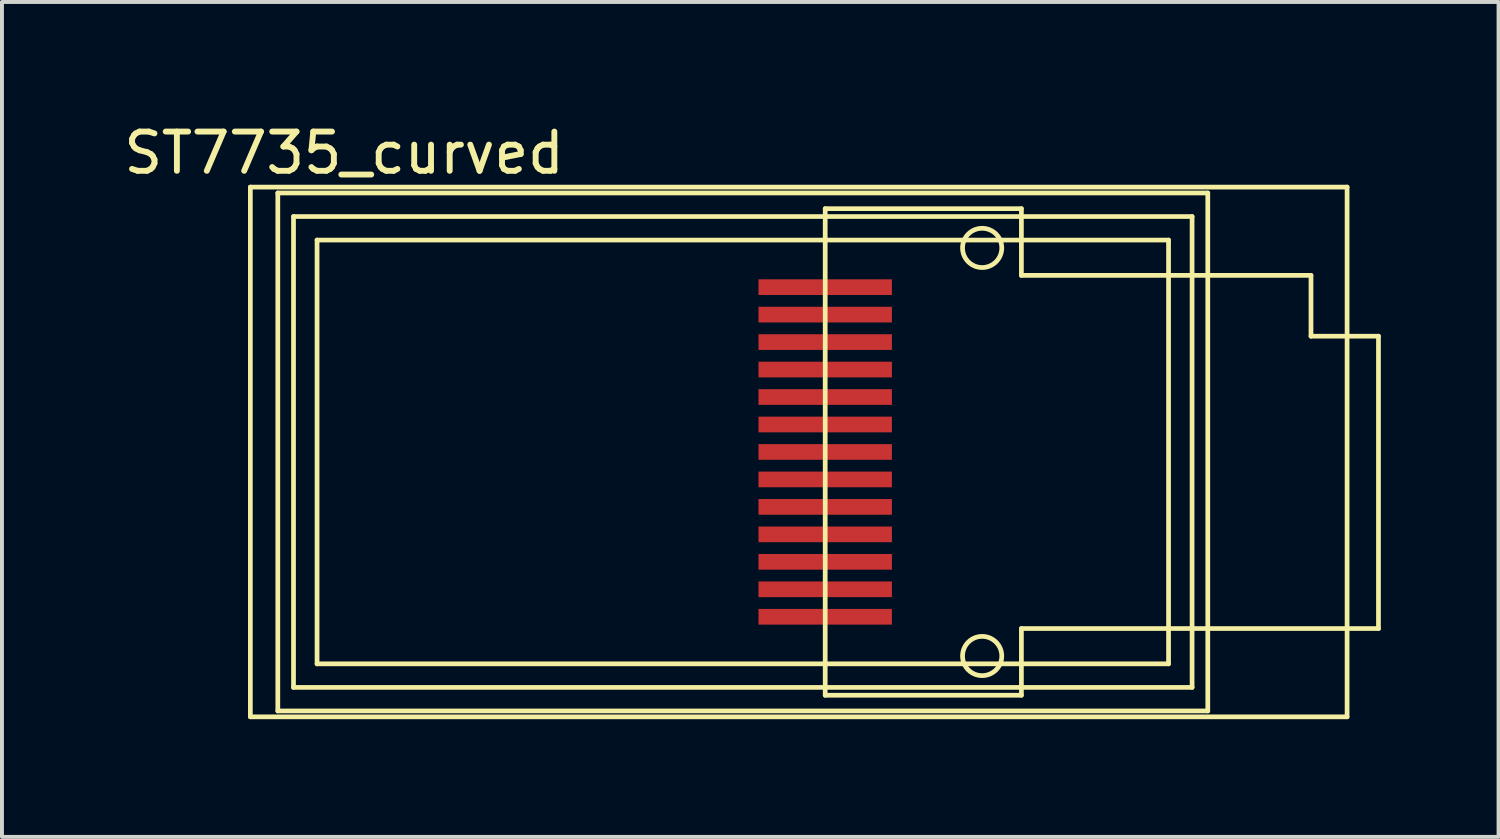
<source format=kicad_pcb>
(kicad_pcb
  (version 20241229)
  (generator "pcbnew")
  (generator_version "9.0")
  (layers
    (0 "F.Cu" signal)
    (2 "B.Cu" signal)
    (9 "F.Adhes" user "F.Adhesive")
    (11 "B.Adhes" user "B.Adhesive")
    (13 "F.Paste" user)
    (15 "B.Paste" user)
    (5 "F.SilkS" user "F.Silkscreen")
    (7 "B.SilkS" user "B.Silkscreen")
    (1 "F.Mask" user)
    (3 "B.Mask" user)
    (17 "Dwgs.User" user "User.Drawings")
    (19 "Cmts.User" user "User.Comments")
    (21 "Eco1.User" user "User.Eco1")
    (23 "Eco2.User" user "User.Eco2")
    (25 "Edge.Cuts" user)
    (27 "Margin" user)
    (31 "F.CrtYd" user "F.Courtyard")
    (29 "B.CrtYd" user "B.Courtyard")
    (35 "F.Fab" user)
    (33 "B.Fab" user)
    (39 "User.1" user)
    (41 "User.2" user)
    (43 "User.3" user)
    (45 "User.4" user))
  (footprint "ST7735_curved"
    (layer "F.Cu")
    (at 15.88 8.468)
    (property "Reference" "ST7735_curved" (at -10.16 -7.62 0) (layer "F.SilkS") (effects (font (size 1 1) (thickness 0.15))))
    (attr through_hole)
    (fp_line (start -12.55 -6.75) (end -12.55 6.75) (stroke (width 0.12) (type solid)) (layer "F.SilkS"))
    (fp_line (start -12.55 -6.75) (end 15.4 -6.75) (stroke (width 0.12) (type solid)) (layer "F.SilkS"))
    (fp_line (start -12.55 6.75) (end 15.4 6.75) (stroke (width 0.12) (type solid)) (layer "F.SilkS"))
    (fp_line (start -11.85 -6.6) (end -11.85 6.6) (stroke (width 0.12) (type solid)) (layer "F.SilkS"))
    (fp_line (start -11.85 -6.6) (end 11.85 -6.6) (stroke (width 0.12) (type solid)) (layer "F.SilkS"))
    (fp_line (start -11.85 6.6) (end 11.85 6.6) (stroke (width 0.12) (type solid)) (layer "F.SilkS"))
    (fp_line (start -11.45 -6) (end -11.45 6) (stroke (width 0.12) (type solid)) (layer "F.SilkS"))
    (fp_line (start -11.45 -6) (end 11.45 -6) (stroke (width 0.12) (type solid)) (layer "F.SilkS"))
    (fp_line (start -11.45 6) (end 11.45 6) (stroke (width 0.12) (type solid)) (layer "F.SilkS"))
    (fp_line (start -10.85 5.4) (end -10.85 -5.4) (stroke (width 0.12) (type solid)) (layer "F.SilkS"))
    (fp_line (start -10.85 5.4) (end 10.85 5.4) (stroke (width 0.12) (type solid)) (layer "F.SilkS"))
    (fp_line (start 2.1 -6.2) (end 2.1 6.2) (stroke (width 0.12) (type solid)) (layer "F.SilkS"))
    (fp_line (start 2.1 -6.2) (end 7.1 -6.2) (stroke (width 0.12) (type solid)) (layer "F.SilkS"))
    (fp_line (start 2.1 6.2) (end 7.1 6.2) (stroke (width 0.12) (type solid)) (layer "F.SilkS"))
    (fp_line (start 7.1 -6.2) (end 7.1 -4.5) (stroke (width 0.12) (type solid)) (layer "F.SilkS"))
    (fp_line (start 7.1 4.5) (end 16.2 4.5) (stroke (width 0.12) (type solid)) (layer "F.SilkS"))
    (fp_line (start 7.1 6.2) (end 7.1 4.5) (stroke (width 0.12) (type solid)) (layer "F.SilkS"))
    (fp_line (start 10.85 -5.4) (end -10.85 -5.4) (stroke (width 0.12) (type solid)) (layer "F.SilkS"))
    (fp_line (start 10.85 -5.4) (end 10.85 5.4) (stroke (width 0.12) (type solid)) (layer "F.SilkS"))
    (fp_line (start 11.45 6) (end 11.45 -6) (stroke (width 0.12) (type solid)) (layer "F.SilkS"))
    (fp_line (start 11.85 6.6) (end 11.85 -6.6) (stroke (width 0.12) (type solid)) (layer "F.SilkS"))
    (fp_line (start 14.48 -4.5) (end 7.1 -4.5) (stroke (width 0.12) (type solid)) (layer "F.SilkS"))
    (fp_line (start 14.48 -2.95) (end 14.48 -4.5) (stroke (width 0.12) (type solid)) (layer "F.SilkS"))
    (fp_line (start 15.4 6.75) (end 15.4 -6.75) (stroke (width 0.12) (type solid)) (layer "F.SilkS"))
    (fp_line (start 16.2 -2.95) (end 14.48 -2.95) (stroke (width 0.12) (type solid)) (layer "F.SilkS"))
    (fp_line (start 16.2 4.5) (end 16.2 -2.95) (stroke (width 0.12) (type solid)) (layer "F.SilkS"))
    (fp_circle (center 6.1 -5.2) (end 6.6 -5.2) (stroke (width 0.12) (type solid)) (fill no) (layer "F.SilkS"))
    (fp_circle (center 6.1 5.2) (end 6.6 5.2) (stroke (width 0.12) (type solid)) (fill no) (layer "F.SilkS"))
    (pad "1" smd rect (at 2.1 -4.2) (size 3.4 0.4) (layers "F.Cu" "F.Mask" "F.Paste"))
    (pad "2" smd rect (at 2.1 -3.5) (size 3.4 0.4) (layers "F.Cu" "F.Mask" "F.Paste"))
    (pad "3" smd rect (at 2.1 -2.8) (size 3.4 0.4) (layers "F.Cu" "F.Mask" "F.Paste"))
    (pad "4" smd rect (at 2.1 -2.1) (size 3.4 0.4) (layers "F.Cu" "F.Mask" "F.Paste"))
    (pad "5" smd rect (at 2.1 -1.4) (size 3.4 0.4) (layers "F.Cu" "F.Mask" "F.Paste"))
    (pad "6" smd rect (at 2.1 -0.7) (size 3.4 0.4) (layers "F.Cu" "F.Mask" "F.Paste"))
    (pad "7" smd rect (at 2.1 0) (size 3.4 0.4) (layers "F.Cu" "F.Mask" "F.Paste"))
    (pad "8" smd rect (at 2.1 0.7) (size 3.4 0.4) (layers "F.Cu" "F.Mask" "F.Paste"))
    (pad "9" smd rect (at 2.1 1.4) (size 3.4 0.4) (layers "F.Cu" "F.Mask" "F.Paste"))
    (pad "10" smd rect (at 2.1 2.1) (size 3.4 0.4) (layers "F.Cu" "F.Mask" "F.Paste"))
    (pad "11" smd rect (at 2.1 2.8) (size 3.4 0.4) (layers "F.Cu" "F.Mask" "F.Paste"))
    (pad "12" smd rect (at 2.1 3.5) (size 3.4 0.4) (layers "F.Cu" "F.Mask" "F.Paste"))
    (pad "13" smd rect (at 2.1 4.2) (size 3.4 0.4) (layers "F.Cu" "F.Mask" "F.Paste")))
  (gr_rect
    (start -3 -3)
    (end 35.14 18.278)
    (stroke (width 0.1) (type default))
    (fill no)
    (layer "Edge.Cuts")))
</source>
